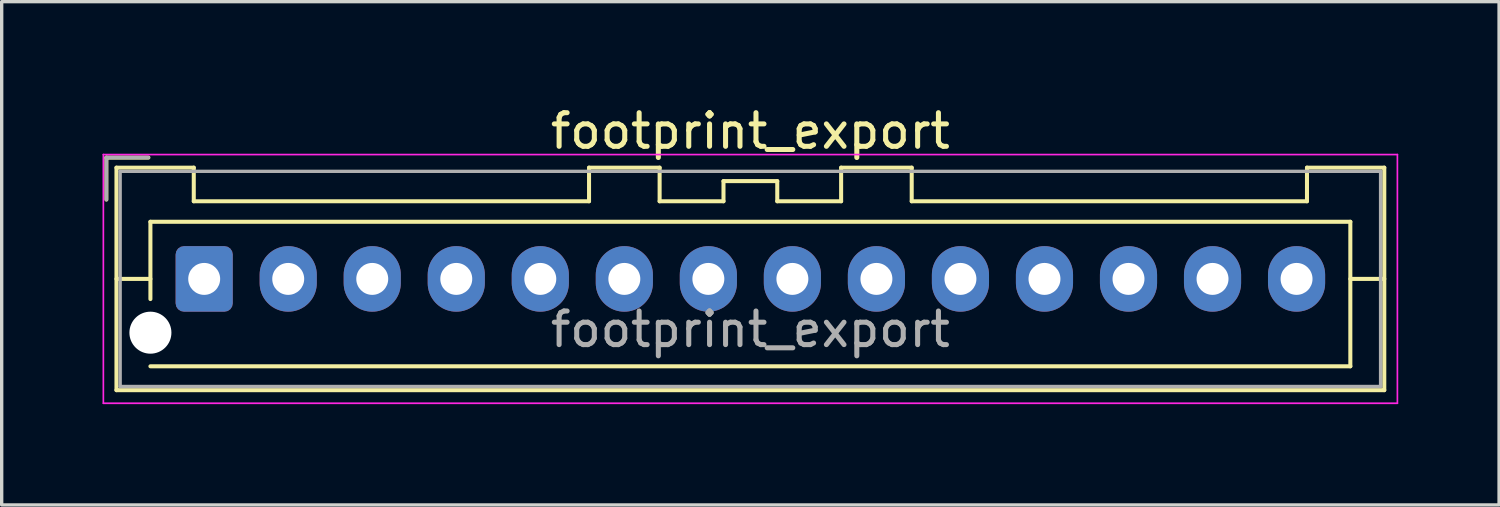
<source format=kicad_pcb>
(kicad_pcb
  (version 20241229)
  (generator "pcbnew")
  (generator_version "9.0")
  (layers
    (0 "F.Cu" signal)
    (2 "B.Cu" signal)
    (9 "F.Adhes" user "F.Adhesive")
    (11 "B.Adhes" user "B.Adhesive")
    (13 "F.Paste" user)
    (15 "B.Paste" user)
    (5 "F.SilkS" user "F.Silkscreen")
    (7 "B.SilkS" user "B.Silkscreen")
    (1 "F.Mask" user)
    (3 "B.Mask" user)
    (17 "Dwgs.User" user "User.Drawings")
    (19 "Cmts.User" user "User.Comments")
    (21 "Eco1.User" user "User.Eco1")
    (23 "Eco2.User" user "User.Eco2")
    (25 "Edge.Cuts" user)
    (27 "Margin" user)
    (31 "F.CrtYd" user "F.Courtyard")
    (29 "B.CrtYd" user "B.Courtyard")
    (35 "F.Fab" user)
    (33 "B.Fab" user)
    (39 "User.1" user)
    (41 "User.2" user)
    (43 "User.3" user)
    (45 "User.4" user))
  (footprint "footprint_export"
    (layer "F.Cu")
    (at 3.025 5.248)
    (property "Reference" "footprint_export" (at 16.25 -4.4 0) (layer "F.SilkS") (effects (font (size 1 1) (thickness 0.15))))
    (attr through_hole)
    (fp_line (start -2.91 -3.61) (end -2.91 -2.36) (stroke (width 0.12) (type solid)) (layer "F.SilkS"))
    (fp_line (start -2.61 -3.31) (end -2.61 3.31) (stroke (width 0.12) (type solid)) (layer "F.SilkS"))
    (fp_line (start -2.61 0) (end -1.6 0) (stroke (width 0.12) (type solid)) (layer "F.SilkS"))
    (fp_line (start -2.61 3.31) (end 35.11 3.31) (stroke (width 0.12) (type solid)) (layer "F.SilkS"))
    (fp_line (start -1.66 -3.61) (end -2.91 -3.61) (stroke (width 0.12) (type solid)) (layer "F.SilkS"))
    (fp_line (start -1.6 -1.7) (end 34.1 -1.7) (stroke (width 0.12) (type solid)) (layer "F.SilkS"))
    (fp_line (start -1.6 0.6) (end -1.6 -1.7) (stroke (width 0.12) (type solid)) (layer "F.SilkS"))
    (fp_line (start -0.31 -3.31) (end -2.61 -3.31) (stroke (width 0.12) (type solid)) (layer "F.SilkS"))
    (fp_line (start -0.31 -2.31) (end -0.31 -3.31) (stroke (width 0.12) (type solid)) (layer "F.SilkS"))
    (fp_line (start 11.45 -3.31) (end 11.45 -2.31) (stroke (width 0.12) (type solid)) (layer "F.SilkS"))
    (fp_line (start 11.45 -2.31) (end -0.31 -2.31) (stroke (width 0.12) (type solid)) (layer "F.SilkS"))
    (fp_line (start 13.55 -3.31) (end 11.45 -3.31) (stroke (width 0.12) (type solid)) (layer "F.SilkS"))
    (fp_line (start 13.55 -2.31) (end 13.55 -3.31) (stroke (width 0.12) (type solid)) (layer "F.SilkS"))
    (fp_line (start 15.45 -2.91) (end 15.45 -2.31) (stroke (width 0.12) (type solid)) (layer "F.SilkS"))
    (fp_line (start 15.45 -2.31) (end 13.55 -2.31) (stroke (width 0.12) (type solid)) (layer "F.SilkS"))
    (fp_line (start 17.05 -2.91) (end 15.45 -2.91) (stroke (width 0.12) (type solid)) (layer "F.SilkS"))
    (fp_line (start 17.05 -2.31) (end 17.05 -2.91) (stroke (width 0.12) (type solid)) (layer "F.SilkS"))
    (fp_line (start 18.95 -3.31) (end 18.95 -2.31) (stroke (width 0.12) (type solid)) (layer "F.SilkS"))
    (fp_line (start 18.95 -2.31) (end 17.05 -2.31) (stroke (width 0.12) (type solid)) (layer "F.SilkS"))
    (fp_line (start 21.05 -3.31) (end 18.95 -3.31) (stroke (width 0.12) (type solid)) (layer "F.SilkS"))
    (fp_line (start 21.05 -2.31) (end 21.05 -3.31) (stroke (width 0.12) (type solid)) (layer "F.SilkS"))
    (fp_line (start 32.81 -3.31) (end 32.81 -2.31) (stroke (width 0.12) (type solid)) (layer "F.SilkS"))
    (fp_line (start 32.81 -2.31) (end 21.05 -2.31) (stroke (width 0.12) (type solid)) (layer "F.SilkS"))
    (fp_line (start 34.1 -1.7) (end 34.1 2.6) (stroke (width 0.12) (type solid)) (layer "F.SilkS"))
    (fp_line (start 34.1 2.6) (end -1.6 2.6) (stroke (width 0.12) (type solid)) (layer "F.SilkS"))
    (fp_line (start 35.11 -3.31) (end 32.81 -3.31) (stroke (width 0.12) (type solid)) (layer "F.SilkS"))
    (fp_line (start 35.11 0) (end 34.1 0) (stroke (width 0.12) (type solid)) (layer "F.SilkS"))
    (fp_line (start 35.11 3.31) (end 35.11 -3.31) (stroke (width 0.12) (type solid)) (layer "F.SilkS"))
    (fp_line (start -3 -3.7) (end -3 3.7) (stroke (width 0.05) (type solid)) (layer "F.CrtYd"))
    (fp_line (start -3 3.7) (end 35.5 3.7) (stroke (width 0.05) (type solid)) (layer "F.CrtYd"))
    (fp_line (start 35.5 -3.7) (end -3 -3.7) (stroke (width 0.05) (type solid)) (layer "F.CrtYd"))
    (fp_line (start 35.5 3.7) (end 35.5 -3.7) (stroke (width 0.05) (type solid)) (layer "F.CrtYd"))
    (fp_line (start -2.91 -3.61) (end -2.91 -2.36) (stroke (width 0.1) (type solid)) (layer "F.Fab"))
    (fp_line (start -2.5 -3.2) (end -2.5 3.2) (stroke (width 0.1) (type solid)) (layer "F.Fab"))
    (fp_line (start -2.5 3.2) (end 35 3.2) (stroke (width 0.1) (type solid)) (layer "F.Fab"))
    (fp_line (start -1.66 -3.61) (end -2.91 -3.61) (stroke (width 0.1) (type solid)) (layer "F.Fab"))
    (fp_line (start 35 -3.2) (end -2.5 -3.2) (stroke (width 0.1) (type solid)) (layer "F.Fab"))
    (fp_line (start 35 3.2) (end 35 -3.2) (stroke (width 0.1) (type solid)) (layer "F.Fab"))
    (fp_text user "${REFERENCE}" (at 16.25 1.5 0) (layer "F.Fab") (effects (font (size 1 1) (thickness 0.15))))
    (pad "" np_thru_hole circle (at -1.6 1.6) (size 1.25 1.25) (drill 1.25) (layers "*.Cu" "*.Mask"))
    (pad "1" thru_hole roundrect (at 0 0) (size 1.7 1.95) (drill 0.95) (layers "*.Cu" "*.Mask") (roundrect_rratio 0.147))
    (pad "2" thru_hole oval (at 2.5 0) (size 1.7 1.95) (drill 0.95) (layers "*.Cu" "*.Mask"))
    (pad "3" thru_hole oval (at 5 0) (size 1.7 1.95) (drill 0.95) (layers "*.Cu" "*.Mask"))
    (pad "4" thru_hole oval (at 7.5 0) (size 1.7 1.95) (drill 0.95) (layers "*.Cu" "*.Mask"))
    (pad "5" thru_hole oval (at 10 0) (size 1.7 1.95) (drill 0.95) (layers "*.Cu" "*.Mask"))
    (pad "6" thru_hole oval (at 12.5 0) (size 1.7 1.95) (drill 0.95) (layers "*.Cu" "*.Mask"))
    (pad "7" thru_hole oval (at 15 0) (size 1.7 1.95) (drill 0.95) (layers "*.Cu" "*.Mask"))
    (pad "8" thru_hole oval (at 17.5 0) (size 1.7 1.95) (drill 0.95) (layers "*.Cu" "*.Mask"))
    (pad "9" thru_hole oval (at 20 0) (size 1.7 1.95) (drill 0.95) (layers "*.Cu" "*.Mask"))
    (pad "10" thru_hole oval (at 22.5 0) (size 1.7 1.95) (drill 0.95) (layers "*.Cu" "*.Mask"))
    (pad "11" thru_hole oval (at 25 0) (size 1.7 1.95) (drill 0.95) (layers "*.Cu" "*.Mask"))
    (pad "12" thru_hole oval (at 27.5 0) (size 1.7 1.95) (drill 0.95) (layers "*.Cu" "*.Mask"))
    (pad "13" thru_hole oval (at 30 0) (size 1.7 1.95) (drill 0.95) (layers "*.Cu" "*.Mask"))
    (pad "14" thru_hole oval (at 32.5 0) (size 1.7 1.95) (drill 0.95) (layers "*.Cu" "*.Mask")))
  (gr_rect
    (start -3 -3)
    (end 41.55 11.973)
    (stroke (width 0.1) (type default))
    (fill no)
    (layer "Edge.Cuts")))
</source>
